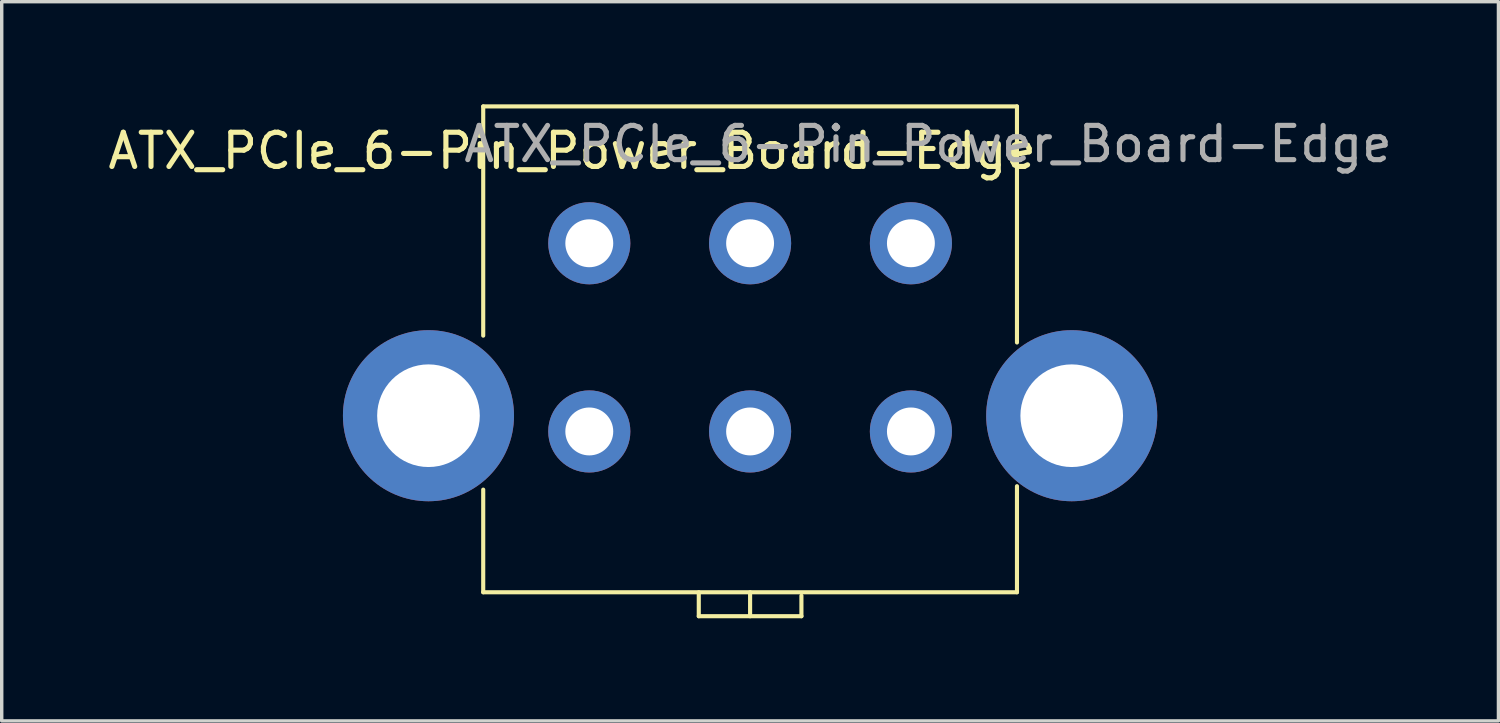
<source format=kicad_pcb>
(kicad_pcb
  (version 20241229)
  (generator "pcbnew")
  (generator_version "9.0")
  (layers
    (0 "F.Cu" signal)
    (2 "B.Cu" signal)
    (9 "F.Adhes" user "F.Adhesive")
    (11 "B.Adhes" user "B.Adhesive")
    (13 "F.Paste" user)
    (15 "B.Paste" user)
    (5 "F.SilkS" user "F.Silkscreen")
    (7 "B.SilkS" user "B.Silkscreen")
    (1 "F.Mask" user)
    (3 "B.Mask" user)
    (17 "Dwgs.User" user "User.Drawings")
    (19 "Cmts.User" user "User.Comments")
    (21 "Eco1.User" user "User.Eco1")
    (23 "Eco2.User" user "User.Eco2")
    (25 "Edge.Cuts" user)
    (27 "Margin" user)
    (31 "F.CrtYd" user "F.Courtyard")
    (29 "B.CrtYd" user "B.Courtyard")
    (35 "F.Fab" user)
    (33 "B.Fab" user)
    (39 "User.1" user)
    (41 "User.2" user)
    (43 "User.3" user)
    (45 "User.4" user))
  (footprint "ATX_PCIe_6-Pin_Power_Board-Edge"
    (layer "F.Cu")
    (at 14.173 9.56)
    (property "Reference" "ATX_PCIe_6-Pin_Power_Board-Edge" (at -0.5 -8.2 0) (unlocked yes) (layer "F.SilkS") (effects (font (size 1 1) (thickness 0.15))))
    (attr through_hole)
    (fp_line (start -3.1 -2.8) (end -3.1 -9.5) (stroke (width 0.12) (type solid)) (layer "F.SilkS"))
    (fp_line (start -3.1 1.7) (end -3.1 4.7) (stroke (width 0.12) (type solid)) (layer "F.SilkS"))
    (fp_line (start -3.1 4.7) (end 12.5 4.7) (stroke (width 0.12) (type solid)) (layer "F.SilkS"))
    (fp_line (start 3.2 4.7) (end 3.2 5.4) (stroke (width 0.12) (type solid)) (layer "F.SilkS"))
    (fp_line (start 3.2 5.4) (end 6.2 5.4) (stroke (width 0.12) (type solid)) (layer "F.SilkS"))
    (fp_line (start 4.7 5.4) (end 4.7 4.7) (stroke (width 0.12) (type solid)) (layer "F.SilkS"))
    (fp_line (start 6.2 5.4) (end 6.2 4.8) (stroke (width 0.12) (type solid)) (layer "F.SilkS"))
    (fp_line (start 12.5 -9.5) (end -3.1 -9.5) (stroke (width 0.12) (type solid)) (layer "F.SilkS"))
    (fp_line (start 12.5 -2.6) (end 12.5 -9.5) (stroke (width 0.12) (type solid)) (layer "F.SilkS"))
    (fp_line (start 12.5 4.7) (end 12.5 1.6) (stroke (width 0.12) (type solid)) (layer "F.SilkS"))
    (fp_text user "${REFERENCE}" (at 9.9 -8.4 0) (unlocked yes) (layer "F.Fab") (effects (font (size 1 1) (thickness 0.15))))
    (pad "1" thru_hole circle (at 0 -5.5) (size 2.4 2.4) (drill 1.4) (layers "*.Cu" "*.Mask"))
    (pad "2" thru_hole circle (at 4.7 -5.5) (size 2.4 2.4) (drill 1.4) (layers "*.Cu" "*.Mask"))
    (pad "3" thru_hole circle (at 9.4 -5.5) (size 2.4 2.4) (drill 1.4) (layers "*.Cu" "*.Mask"))
    (pad "4" thru_hole circle (at 9.4 0) (size 2.4 2.4) (drill 1.4) (layers "*.Cu" "*.Mask"))
    (pad "5" thru_hole circle (at 4.7 0) (size 2.4 2.4) (drill 1.4) (layers "*.Cu" "*.Mask"))
    (pad "6" thru_hole circle (at 0 0) (size 2.4 2.4) (drill 1.4) (layers "*.Cu" "*.Mask"))
    (pad "MP" thru_hole circle (at -4.7 -0.46) (size 5 5) (drill 3) (layers "*.Cu" "*.Mask"))
    (pad "MP" thru_hole circle (at 14.1 -0.46) (size 5 5) (drill 3) (layers "*.Cu" "*.Mask")))
  (gr_rect
    (start -3 -3)
    (end 40.745 18.02)
    (stroke (width 0.1) (type default))
    (fill no)
    (layer "Edge.Cuts")))
</source>
